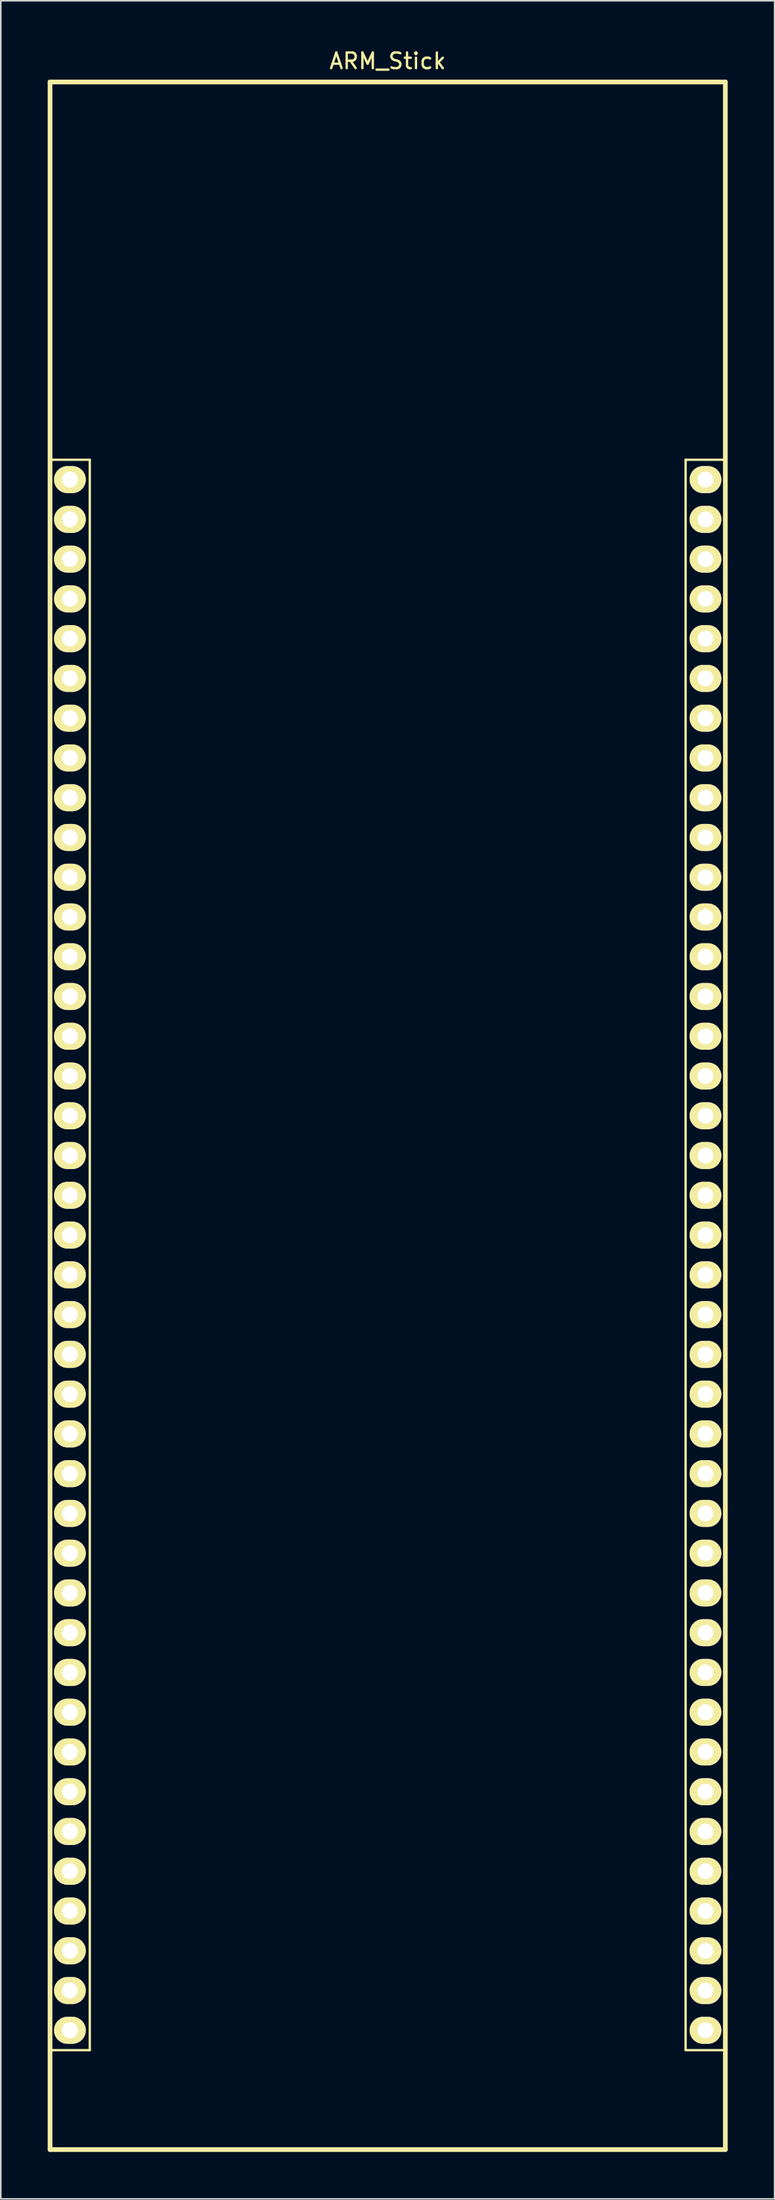
<source format=kicad_pcb>
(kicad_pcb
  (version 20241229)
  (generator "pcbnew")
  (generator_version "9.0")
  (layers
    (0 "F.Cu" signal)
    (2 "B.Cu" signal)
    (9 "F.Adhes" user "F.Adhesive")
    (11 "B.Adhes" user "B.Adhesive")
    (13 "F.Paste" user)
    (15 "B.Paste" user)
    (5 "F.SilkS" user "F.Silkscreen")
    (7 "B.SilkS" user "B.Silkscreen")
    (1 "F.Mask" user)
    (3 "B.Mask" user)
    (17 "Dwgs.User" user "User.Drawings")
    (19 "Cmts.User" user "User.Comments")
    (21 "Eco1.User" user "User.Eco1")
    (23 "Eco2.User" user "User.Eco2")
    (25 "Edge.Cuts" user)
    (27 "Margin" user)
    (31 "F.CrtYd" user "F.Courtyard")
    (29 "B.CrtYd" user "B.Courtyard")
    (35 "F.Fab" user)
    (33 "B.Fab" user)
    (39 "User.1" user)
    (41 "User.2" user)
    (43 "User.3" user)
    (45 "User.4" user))
  (footprint "ARM_Stick"
    (layer "F.Cu")
    (at 21.74 75.848)
    (property "Reference" "ARM_Stick" (at 0 -75 0) (layer "F.SilkS") (effects (font (size 1 1) (thickness 0.15))))
    (attr through_hole)
    (fp_line (start -21.59 -73.66) (end 21.59 -73.66) (stroke (width 0.3) (type solid)) (layer "F.SilkS"))
    (fp_line (start -21.59 -49.53) (end -19.05 -49.53) (stroke (width 0.15) (type solid)) (layer "F.SilkS"))
    (fp_line (start -21.59 58.42) (end -21.59 -73.66) (stroke (width 0.3) (type solid)) (layer "F.SilkS"))
    (fp_line (start -21.59 58.42) (end 21.59 58.42) (stroke (width 0.3) (type solid)) (layer "F.SilkS"))
    (fp_line (start -19.05 -49.53) (end -19.05 52.07) (stroke (width 0.15) (type solid)) (layer "F.SilkS"))
    (fp_line (start -19.05 52.07) (end -21.59 52.07) (stroke (width 0.15) (type solid)) (layer "F.SilkS"))
    (fp_line (start 19.05 -49.53) (end 19.05 52.07) (stroke (width 0.15) (type solid)) (layer "F.SilkS"))
    (fp_line (start 19.05 52.07) (end 21.59 52.07) (stroke (width 0.15) (type solid)) (layer "F.SilkS"))
    (fp_line (start 21.59 -49.53) (end 19.05 -49.53) (stroke (width 0.15) (type solid)) (layer "F.SilkS"))
    (fp_line (start 21.59 58.42) (end 21.59 -73.66) (stroke (width 0.3) (type solid)) (layer "F.SilkS"))
    (pad "1" thru_hole oval (at -20.32 -48.26) (size 2.032 1.727) (drill 1.016) (layers "*.Cu" "*.Mask" "F.SilkS"))
    (pad "2" thru_hole oval (at -20.32 -45.72) (size 2.032 1.727) (drill 1.016) (layers "*.Cu" "*.Mask" "F.SilkS"))
    (pad "3" thru_hole oval (at -20.32 -43.18) (size 2.032 1.727) (drill 1.016) (layers "*.Cu" "*.Mask" "F.SilkS"))
    (pad "4" thru_hole oval (at -20.32 -40.64) (size 2.032 1.727) (drill 1.016) (layers "*.Cu" "*.Mask" "F.SilkS"))
    (pad "5" thru_hole oval (at -20.32 -38.1) (size 2.032 1.727) (drill 1.016) (layers "*.Cu" "*.Mask" "F.SilkS"))
    (pad "6" thru_hole oval (at -20.32 -35.56) (size 2.032 1.727) (drill 1.016) (layers "*.Cu" "*.Mask" "F.SilkS"))
    (pad "7" thru_hole oval (at -20.32 -33.02) (size 2.032 1.727) (drill 1.016) (layers "*.Cu" "*.Mask" "F.SilkS"))
    (pad "8" thru_hole oval (at -20.32 -30.48) (size 2.032 1.727) (drill 1.016) (layers "*.Cu" "*.Mask" "F.SilkS"))
    (pad "9" thru_hole oval (at -20.32 -27.94) (size 2.032 1.727) (drill 1.016) (layers "*.Cu" "*.Mask" "F.SilkS"))
    (pad "10" thru_hole oval (at -20.32 -25.4) (size 2.032 1.727) (drill 1.016) (layers "*.Cu" "*.Mask" "F.SilkS"))
    (pad "11" thru_hole oval (at -20.32 -22.86) (size 2.032 1.727) (drill 1.016) (layers "*.Cu" "*.Mask" "F.SilkS"))
    (pad "12" thru_hole oval (at -20.32 -20.32) (size 2.032 1.727) (drill 1.016) (layers "*.Cu" "*.Mask" "F.SilkS"))
    (pad "13" thru_hole oval (at -20.32 -17.78) (size 2.032 1.727) (drill 1.016) (layers "*.Cu" "*.Mask" "F.SilkS"))
    (pad "14" thru_hole oval (at -20.32 -15.24) (size 2.032 1.727) (drill 1.016) (layers "*.Cu" "*.Mask" "F.SilkS"))
    (pad "15" thru_hole oval (at -20.32 -12.7) (size 2.032 1.727) (drill 1.016) (layers "*.Cu" "*.Mask" "F.SilkS"))
    (pad "16" thru_hole oval (at -20.32 -10.16) (size 2.032 1.727) (drill 1.016) (layers "*.Cu" "*.Mask" "F.SilkS"))
    (pad "17" thru_hole oval (at -20.32 -7.62) (size 2.032 1.727) (drill 1.016) (layers "*.Cu" "*.Mask" "F.SilkS"))
    (pad "18" thru_hole oval (at -20.32 -5.08) (size 2.032 1.727) (drill 1.016) (layers "*.Cu" "*.Mask" "F.SilkS"))
    (pad "19" thru_hole oval (at -20.32 -2.54) (size 2.032 1.727) (drill 1.016) (layers "*.Cu" "*.Mask" "F.SilkS"))
    (pad "20" thru_hole oval (at -20.32 0) (size 2.032 1.727) (drill 1.016) (layers "*.Cu" "*.Mask" "F.SilkS"))
    (pad "21" thru_hole oval (at -20.32 2.54) (size 2.032 1.727) (drill 1.016) (layers "*.Cu" "*.Mask" "F.SilkS"))
    (pad "22" thru_hole oval (at -20.32 5.08) (size 2.032 1.727) (drill 1.016) (layers "*.Cu" "*.Mask" "F.SilkS"))
    (pad "23" thru_hole oval (at -20.32 7.62) (size 2.032 1.727) (drill 1.016) (layers "*.Cu" "*.Mask" "F.SilkS"))
    (pad "24" thru_hole oval (at -20.32 10.16) (size 2.032 1.727) (drill 1.016) (layers "*.Cu" "*.Mask" "F.SilkS"))
    (pad "25" thru_hole oval (at -20.32 12.7) (size 2.032 1.727) (drill 1.016) (layers "*.Cu" "*.Mask" "F.SilkS"))
    (pad "26" thru_hole oval (at -20.32 15.24) (size 2.032 1.727) (drill 1.016) (layers "*.Cu" "*.Mask" "F.SilkS"))
    (pad "27" thru_hole oval (at -20.32 17.78) (size 2.032 1.727) (drill 1.016) (layers "*.Cu" "*.Mask" "F.SilkS"))
    (pad "28" thru_hole oval (at -20.32 20.32) (size 2.032 1.727) (drill 1.016) (layers "*.Cu" "*.Mask" "F.SilkS"))
    (pad "29" thru_hole oval (at -20.32 22.86) (size 2.032 1.727) (drill 1.016) (layers "*.Cu" "*.Mask" "F.SilkS"))
    (pad "30" thru_hole oval (at -20.32 25.4) (size 2.032 1.727) (drill 1.016) (layers "*.Cu" "*.Mask" "F.SilkS"))
    (pad "31" thru_hole oval (at -20.32 27.94) (size 2.032 1.727) (drill 1.016) (layers "*.Cu" "*.Mask" "F.SilkS"))
    (pad "32" thru_hole oval (at -20.32 30.48) (size 2.032 1.727) (drill 1.016) (layers "*.Cu" "*.Mask" "F.SilkS"))
    (pad "33" thru_hole oval (at -20.32 33.02) (size 2.032 1.727) (drill 1.016) (layers "*.Cu" "*.Mask" "F.SilkS"))
    (pad "34" thru_hole oval (at -20.32 35.56) (size 2.032 1.727) (drill 1.016) (layers "*.Cu" "*.Mask" "F.SilkS"))
    (pad "35" thru_hole oval (at -20.32 38.1) (size 2.032 1.727) (drill 1.016) (layers "*.Cu" "*.Mask" "F.SilkS"))
    (pad "36" thru_hole oval (at -20.32 40.64) (size 2.032 1.727) (drill 1.016) (layers "*.Cu" "*.Mask" "F.SilkS"))
    (pad "37" thru_hole oval (at -20.32 43.18) (size 2.032 1.727) (drill 1.016) (layers "*.Cu" "*.Mask" "F.SilkS"))
    (pad "38" thru_hole oval (at -20.32 45.72) (size 2.032 1.727) (drill 1.016) (layers "*.Cu" "*.Mask" "F.SilkS"))
    (pad "39" thru_hole oval (at -20.32 48.26) (size 2.032 1.727) (drill 1.016) (layers "*.Cu" "*.Mask" "F.SilkS"))
    (pad "40" thru_hole oval (at -20.32 50.8) (size 2.032 1.727) (drill 1.016) (layers "*.Cu" "*.Mask" "F.SilkS"))
    (pad "41" thru_hole oval (at 20.32 50.8) (size 2.032 1.727) (drill 1.016) (layers "*.Cu" "*.Mask" "F.SilkS"))
    (pad "42" thru_hole oval (at 20.32 48.26) (size 2.032 1.727) (drill 1.016) (layers "*.Cu" "*.Mask" "F.SilkS"))
    (pad "43" thru_hole oval (at 20.32 45.72) (size 2.032 1.727) (drill 1.016) (layers "*.Cu" "*.Mask" "F.SilkS"))
    (pad "44" thru_hole oval (at 20.32 43.18) (size 2.032 1.727) (drill 1.016) (layers "*.Cu" "*.Mask" "F.SilkS"))
    (pad "45" thru_hole oval (at 20.32 40.64) (size 2.032 1.727) (drill 1.016) (layers "*.Cu" "*.Mask" "F.SilkS"))
    (pad "46" thru_hole oval (at 20.32 38.1) (size 2.032 1.727) (drill 1.016) (layers "*.Cu" "*.Mask" "F.SilkS"))
    (pad "47" thru_hole oval (at 20.32 35.56) (size 2.032 1.727) (drill 1.016) (layers "*.Cu" "*.Mask" "F.SilkS"))
    (pad "48" thru_hole oval (at 20.32 33.02) (size 2.032 1.727) (drill 1.016) (layers "*.Cu" "*.Mask" "F.SilkS"))
    (pad "49" thru_hole oval (at 20.32 30.48) (size 2.032 1.727) (drill 1.016) (layers "*.Cu" "*.Mask" "F.SilkS"))
    (pad "50" thru_hole oval (at 20.32 27.94) (size 2.032 1.727) (drill 1.016) (layers "*.Cu" "*.Mask" "F.SilkS"))
    (pad "51" thru_hole oval (at 20.32 25.4) (size 2.032 1.727) (drill 1.016) (layers "*.Cu" "*.Mask" "F.SilkS"))
    (pad "52" thru_hole oval (at 20.32 22.86) (size 2.032 1.727) (drill 1.016) (layers "*.Cu" "*.Mask" "F.SilkS"))
    (pad "53" thru_hole oval (at 20.32 20.32) (size 2.032 1.727) (drill 1.016) (layers "*.Cu" "*.Mask" "F.SilkS"))
    (pad "54" thru_hole oval (at 20.32 17.78) (size 2.032 1.727) (drill 1.016) (layers "*.Cu" "*.Mask" "F.SilkS"))
    (pad "55" thru_hole oval (at 20.32 15.24) (size 2.032 1.727) (drill 1.016) (layers "*.Cu" "*.Mask" "F.SilkS"))
    (pad "56" thru_hole oval (at 20.32 12.7) (size 2.032 1.727) (drill 1.016) (layers "*.Cu" "*.Mask" "F.SilkS"))
    (pad "57" thru_hole oval (at 20.32 10.16) (size 2.032 1.727) (drill 1.016) (layers "*.Cu" "*.Mask" "F.SilkS"))
    (pad "58" thru_hole oval (at 20.32 7.62) (size 2.032 1.727) (drill 1.016) (layers "*.Cu" "*.Mask" "F.SilkS"))
    (pad "59" thru_hole oval (at 20.32 5.08) (size 2.032 1.727) (drill 1.016) (layers "*.Cu" "*.Mask" "F.SilkS"))
    (pad "60" thru_hole oval (at 20.32 2.54) (size 2.032 1.727) (drill 1.016) (layers "*.Cu" "*.Mask" "F.SilkS"))
    (pad "61" thru_hole oval (at 20.32 0) (size 2.032 1.727) (drill 1.016) (layers "*.Cu" "*.Mask" "F.SilkS"))
    (pad "62" thru_hole oval (at 20.32 -2.54) (size 2.032 1.727) (drill 1.016) (layers "*.Cu" "*.Mask" "F.SilkS"))
    (pad "63" thru_hole oval (at 20.32 -5.08) (size 2.032 1.727) (drill 1.016) (layers "*.Cu" "*.Mask" "F.SilkS"))
    (pad "64" thru_hole oval (at 20.32 -7.62) (size 2.032 1.727) (drill 1.016) (layers "*.Cu" "*.Mask" "F.SilkS"))
    (pad "65" thru_hole oval (at 20.32 -10.16) (size 2.032 1.727) (drill 1.016) (layers "*.Cu" "*.Mask" "F.SilkS"))
    (pad "66" thru_hole oval (at 20.32 -12.7) (size 2.032 1.727) (drill 1.016) (layers "*.Cu" "*.Mask" "F.SilkS"))
    (pad "67" thru_hole oval (at 20.32 -15.24) (size 2.032 1.727) (drill 1.016) (layers "*.Cu" "*.Mask" "F.SilkS"))
    (pad "68" thru_hole oval (at 20.32 -17.78) (size 2.032 1.727) (drill 1.016) (layers "*.Cu" "*.Mask" "F.SilkS"))
    (pad "69" thru_hole oval (at 20.32 -20.32) (size 2.032 1.727) (drill 1.016) (layers "*.Cu" "*.Mask" "F.SilkS"))
    (pad "70" thru_hole oval (at 20.32 -22.86) (size 2.032 1.727) (drill 1.016) (layers "*.Cu" "*.Mask" "F.SilkS"))
    (pad "71" thru_hole oval (at 20.32 -25.4) (size 2.032 1.727) (drill 1.016) (layers "*.Cu" "*.Mask" "F.SilkS"))
    (pad "72" thru_hole oval (at 20.32 -27.94) (size 2.032 1.727) (drill 1.016) (layers "*.Cu" "*.Mask" "F.SilkS"))
    (pad "73" thru_hole oval (at 20.32 -30.48) (size 2.032 1.727) (drill 1.016) (layers "*.Cu" "*.Mask" "F.SilkS"))
    (pad "74" thru_hole oval (at 20.32 -33.02) (size 2.032 1.727) (drill 1.016) (layers "*.Cu" "*.Mask" "F.SilkS"))
    (pad "75" thru_hole oval (at 20.32 -35.56) (size 2.032 1.727) (drill 1.016) (layers "*.Cu" "*.Mask" "F.SilkS"))
    (pad "76" thru_hole oval (at 20.32 -38.1) (size 2.032 1.727) (drill 1.016) (layers "*.Cu" "*.Mask" "F.SilkS"))
    (pad "77" thru_hole oval (at 20.32 -40.64) (size 2.032 1.727) (drill 1.016) (layers "*.Cu" "*.Mask" "F.SilkS"))
    (pad "78" thru_hole oval (at 20.32 -43.18) (size 2.032 1.727) (drill 1.016) (layers "*.Cu" "*.Mask" "F.SilkS"))
    (pad "79" thru_hole oval (at 20.32 -45.72) (size 2.032 1.727) (drill 1.016) (layers "*.Cu" "*.Mask" "F.SilkS"))
    (pad "80" thru_hole oval (at 20.32 -48.26) (size 2.032 1.727) (drill 1.016) (layers "*.Cu" "*.Mask" "F.SilkS")))
  (gr_rect
    (start -3 -3)
    (end 46.48 137.418)
    (stroke (width 0.1) (type default))
    (fill no)
    (layer "Edge.Cuts")))
</source>
